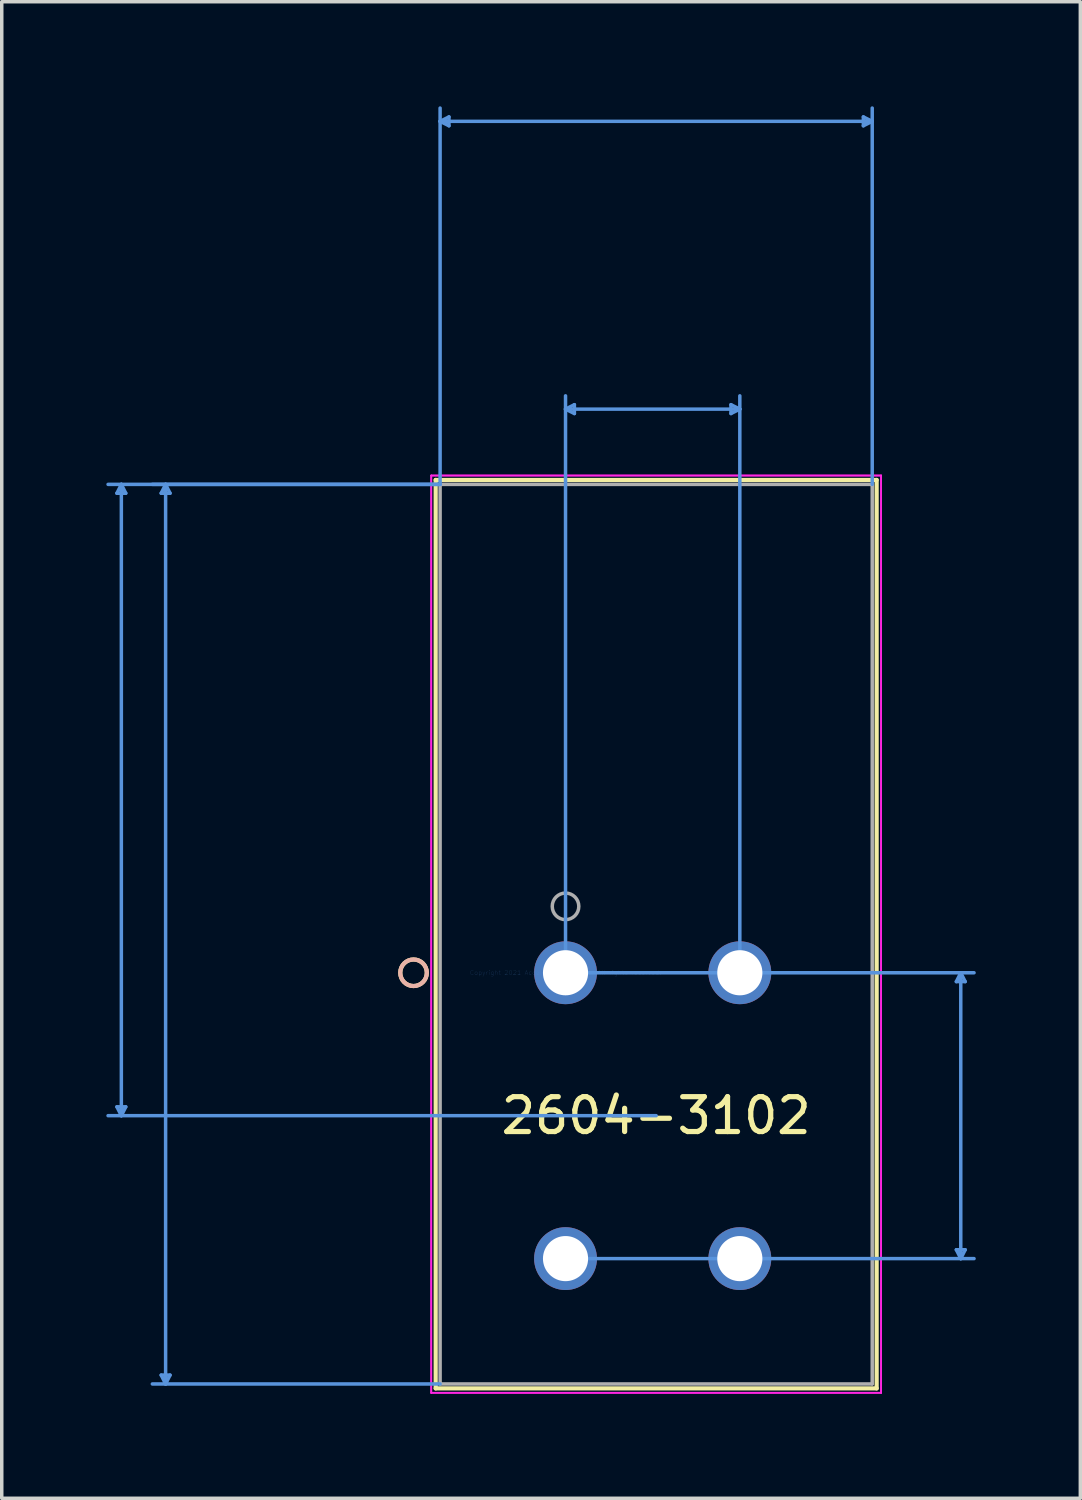
<source format=kicad_pcb>
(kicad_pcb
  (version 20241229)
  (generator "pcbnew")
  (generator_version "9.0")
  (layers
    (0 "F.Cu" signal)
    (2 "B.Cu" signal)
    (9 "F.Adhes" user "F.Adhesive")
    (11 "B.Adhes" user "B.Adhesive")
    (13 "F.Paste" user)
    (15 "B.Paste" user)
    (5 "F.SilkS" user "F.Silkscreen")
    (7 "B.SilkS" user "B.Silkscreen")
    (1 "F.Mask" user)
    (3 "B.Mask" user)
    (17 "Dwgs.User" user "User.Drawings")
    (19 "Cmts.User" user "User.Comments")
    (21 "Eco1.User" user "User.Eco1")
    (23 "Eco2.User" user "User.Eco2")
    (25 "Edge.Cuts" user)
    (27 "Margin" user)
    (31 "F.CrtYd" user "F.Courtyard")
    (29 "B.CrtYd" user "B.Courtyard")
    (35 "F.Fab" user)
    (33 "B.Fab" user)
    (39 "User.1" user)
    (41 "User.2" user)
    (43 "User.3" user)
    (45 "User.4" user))
  (footprint "2604-3102"
    (layer "F.Cu")
    (at 13.173 24.855)
    (property "Reference" "2604-3102" (at 2.6 4.1 0) (layer "F.SilkS") (effects (font (size 1 1) (thickness 0.15))))
    (attr through_hole)
    (fp_line (start -3.725 -14.137) (end -3.725 11.923) (stroke (width 0.12) (type solid)) (layer "F.SilkS"))
    (fp_line (start -3.725 11.923) (end 8.925 11.923) (stroke (width 0.12) (type solid)) (layer "F.SilkS"))
    (fp_line (start 8.925 -14.137) (end -3.725 -14.137) (stroke (width 0.12) (type solid)) (layer "F.SilkS"))
    (fp_line (start 8.925 11.923) (end 8.925 -14.137) (stroke (width 0.12) (type solid)) (layer "F.SilkS"))
    (fp_circle (center -4.36 0) (end -3.979 0) (stroke (width 0.12) (type solid)) (fill no) (layer "F.SilkS"))
    (fp_circle (center -4.36 0) (end -3.979 0) (stroke (width 0.12) (type solid)) (fill no) (layer "B.SilkS"))
    (fp_line (start -12.869 -13.756) (end -12.615 -13.756) (stroke (width 0.1) (type solid)) (layer "Cmts.User"))
    (fp_line (start -12.869 3.846) (end -12.615 3.846) (stroke (width 0.1) (type solid)) (layer "Cmts.User"))
    (fp_line (start -12.742 -14.01) (end -12.869 -13.756) (stroke (width 0.1) (type solid)) (layer "Cmts.User"))
    (fp_line (start -12.742 -14.01) (end -12.742 4.1) (stroke (width 0.1) (type solid)) (layer "Cmts.User"))
    (fp_line (start -12.742 -14.01) (end -12.615 -13.756) (stroke (width 0.1) (type solid)) (layer "Cmts.User"))
    (fp_line (start -12.742 4.1) (end -12.869 3.846) (stroke (width 0.1) (type solid)) (layer "Cmts.User"))
    (fp_line (start -12.742 4.1) (end -12.615 3.846) (stroke (width 0.1) (type solid)) (layer "Cmts.User"))
    (fp_line (start -11.599 -13.756) (end -11.345 -13.756) (stroke (width 0.1) (type solid)) (layer "Cmts.User"))
    (fp_line (start -11.599 11.542) (end -11.345 11.542) (stroke (width 0.1) (type solid)) (layer "Cmts.User"))
    (fp_line (start -11.472 -14.01) (end -11.599 -13.756) (stroke (width 0.1) (type solid)) (layer "Cmts.User"))
    (fp_line (start -11.472 -14.01) (end -11.472 11.796) (stroke (width 0.1) (type solid)) (layer "Cmts.User"))
    (fp_line (start -11.472 -14.01) (end -11.345 -13.756) (stroke (width 0.1) (type solid)) (layer "Cmts.User"))
    (fp_line (start -11.472 11.796) (end -11.599 11.542) (stroke (width 0.1) (type solid)) (layer "Cmts.User"))
    (fp_line (start -11.472 11.796) (end -11.345 11.542) (stroke (width 0.1) (type solid)) (layer "Cmts.User"))
    (fp_line (start -3.598 -24.424) (end -3.344 -24.551) (stroke (width 0.1) (type solid)) (layer "Cmts.User"))
    (fp_line (start -3.598 -24.424) (end -3.344 -24.297) (stroke (width 0.1) (type solid)) (layer "Cmts.User"))
    (fp_line (start -3.598 -24.424) (end 8.798 -24.424) (stroke (width 0.1) (type solid)) (layer "Cmts.User"))
    (fp_line (start -3.598 -14.01) (end -13.123 -14.01) (stroke (width 0.1) (type solid)) (layer "Cmts.User"))
    (fp_line (start -3.598 -14.01) (end -11.853 -14.01) (stroke (width 0.1) (type solid)) (layer "Cmts.User"))
    (fp_line (start -3.598 -14.01) (end -3.598 -24.805) (stroke (width 0.1) (type solid)) (layer "Cmts.User"))
    (fp_line (start -3.598 11.796) (end -11.853 11.796) (stroke (width 0.1) (type solid)) (layer "Cmts.User"))
    (fp_line (start -3.344 -24.551) (end -3.344 -24.297) (stroke (width 0.1) (type solid)) (layer "Cmts.User"))
    (fp_line (start 0 -16.169) (end 0.254 -16.296) (stroke (width 0.1) (type solid)) (layer "Cmts.User"))
    (fp_line (start 0 -16.169) (end 0.254 -16.042) (stroke (width 0.1) (type solid)) (layer "Cmts.User"))
    (fp_line (start 0 -16.169) (end 5 -16.169) (stroke (width 0.1) (type solid)) (layer "Cmts.User"))
    (fp_line (start 0 0) (end 0 -16.55) (stroke (width 0.1) (type solid)) (layer "Cmts.User"))
    (fp_line (start 0 0) (end 11.719 0) (stroke (width 0.1) (type solid)) (layer "Cmts.User"))
    (fp_line (start 0 8.2) (end 11.719 8.2) (stroke (width 0.1) (type solid)) (layer "Cmts.User"))
    (fp_line (start 0.254 -16.296) (end 0.254 -16.042) (stroke (width 0.1) (type solid)) (layer "Cmts.User"))
    (fp_line (start 2.6 4.1) (end -13.123 4.1) (stroke (width 0.1) (type solid)) (layer "Cmts.User"))
    (fp_line (start 4.746 -16.296) (end 4.746 -16.042) (stroke (width 0.1) (type solid)) (layer "Cmts.User"))
    (fp_line (start 5 -16.169) (end 4.746 -16.296) (stroke (width 0.1) (type solid)) (layer "Cmts.User"))
    (fp_line (start 5 -16.169) (end 4.746 -16.042) (stroke (width 0.1) (type solid)) (layer "Cmts.User"))
    (fp_line (start 5 0) (end 5 -16.55) (stroke (width 0.1) (type solid)) (layer "Cmts.User"))
    (fp_line (start 8.544 -24.551) (end 8.544 -24.297) (stroke (width 0.1) (type solid)) (layer "Cmts.User"))
    (fp_line (start 8.798 -24.424) (end 8.544 -24.551) (stroke (width 0.1) (type solid)) (layer "Cmts.User"))
    (fp_line (start 8.798 -24.424) (end 8.544 -24.297) (stroke (width 0.1) (type solid)) (layer "Cmts.User"))
    (fp_line (start 8.798 -14.01) (end 8.798 -24.805) (stroke (width 0.1) (type solid)) (layer "Cmts.User"))
    (fp_line (start 11.211 0.254) (end 11.465 0.254) (stroke (width 0.1) (type solid)) (layer "Cmts.User"))
    (fp_line (start 11.211 7.946) (end 11.465 7.946) (stroke (width 0.1) (type solid)) (layer "Cmts.User"))
    (fp_line (start 11.338 0) (end 11.211 0.254) (stroke (width 0.1) (type solid)) (layer "Cmts.User"))
    (fp_line (start 11.338 0) (end 11.338 8.2) (stroke (width 0.1) (type solid)) (layer "Cmts.User"))
    (fp_line (start 11.338 0) (end 11.465 0.254) (stroke (width 0.1) (type solid)) (layer "Cmts.User"))
    (fp_line (start 11.338 8.2) (end 11.211 7.946) (stroke (width 0.1) (type solid)) (layer "Cmts.User"))
    (fp_line (start 11.338 8.2) (end 11.465 7.946) (stroke (width 0.1) (type solid)) (layer "Cmts.User"))
    (fp_line (start -3.852 -14.264) (end -3.852 12.05) (stroke (width 0.05) (type solid)) (layer "F.CrtYd"))
    (fp_line (start -3.852 -14.264) (end -3.852 12.05) (stroke (width 0.05) (type solid)) (layer "F.CrtYd"))
    (fp_line (start -3.852 12.05) (end 9.052 12.05) (stroke (width 0.05) (type solid)) (layer "F.CrtYd"))
    (fp_line (start -3.852 12.05) (end 9.052 12.05) (stroke (width 0.05) (type solid)) (layer "F.CrtYd"))
    (fp_line (start 9.052 -14.264) (end -3.852 -14.264) (stroke (width 0.05) (type solid)) (layer "F.CrtYd"))
    (fp_line (start 9.052 -14.264) (end -3.852 -14.264) (stroke (width 0.05) (type solid)) (layer "F.CrtYd"))
    (fp_line (start 9.052 12.05) (end 9.052 -14.264) (stroke (width 0.05) (type solid)) (layer "F.CrtYd"))
    (fp_line (start 9.052 12.05) (end 9.052 -14.264) (stroke (width 0.05) (type solid)) (layer "F.CrtYd"))
    (fp_line (start -3.598 -14.01) (end -3.598 11.796) (stroke (width 0.1) (type solid)) (layer "F.Fab"))
    (fp_line (start -3.598 11.796) (end 8.798 11.796) (stroke (width 0.1) (type solid)) (layer "F.Fab"))
    (fp_line (start 8.798 -14.01) (end -3.598 -14.01) (stroke (width 0.1) (type solid)) (layer "F.Fab"))
    (fp_line (start 8.798 11.796) (end 8.798 -14.01) (stroke (width 0.1) (type solid)) (layer "F.Fab"))
    (fp_circle (center 0 -1.905) (end 0.381 -1.905) (stroke (width 0.1) (type solid)) (fill no) (layer "F.Fab"))
    (fp_text user "*" (at 0 0 0) (layer "F.SilkS") (effects (font (size 1 1) (thickness 0.15))))
    (fp_text user "Copyright 2021 Accelerated Designs. All rights reserved." (at 0 0 0) (layer "Cmts.User") (effects (font (size 0.127 0.127) (thickness 0.002))))
    (fp_text user "*" (at 0 0 0) (layer "F.Fab") (effects (font (size 1 1) (thickness 0.15))))
    (pad "1" thru_hole circle (at 0 0) (size 1.803 1.803) (drill 1.295) (layers "*.Cu" "*.Mask"))
    (pad "2" thru_hole circle (at 0 8.2) (size 1.803 1.803) (drill 1.295) (layers "*.Cu" "*.Mask"))
    (pad "3" thru_hole circle (at 5 0) (size 1.803 1.803) (drill 1.295) (layers "*.Cu" "*.Mask"))
    (pad "4" thru_hole circle (at 5 8.2) (size 1.803 1.803) (drill 1.295) (layers "*.Cu" "*.Mask")))
  (gr_rect
    (start -3 -3)
    (end 27.941 39.93)
    (stroke (width 0.1) (type default))
    (fill no)
    (layer "Edge.Cuts")))
</source>
